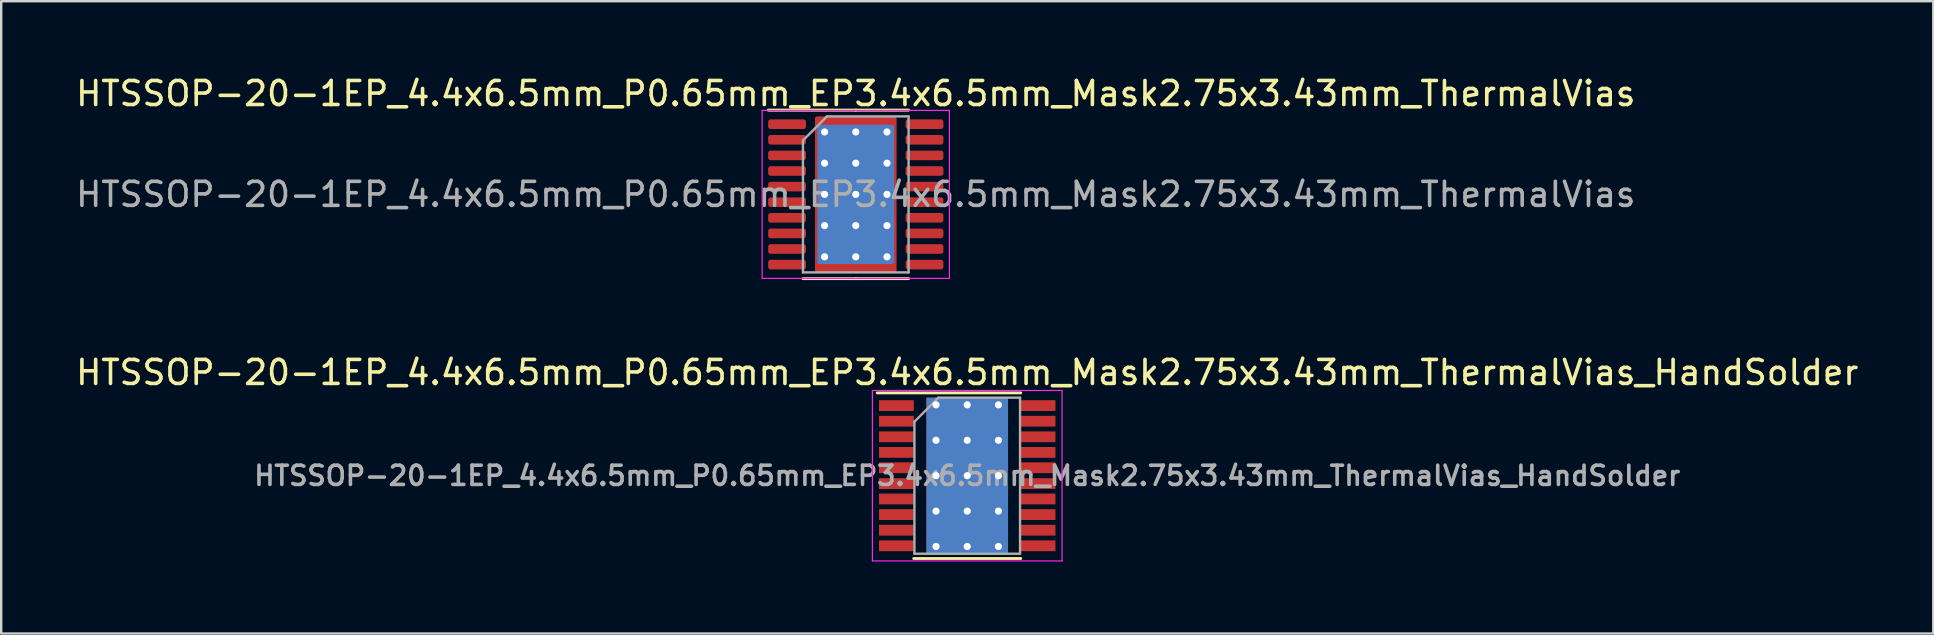
<source format=kicad_pcb>
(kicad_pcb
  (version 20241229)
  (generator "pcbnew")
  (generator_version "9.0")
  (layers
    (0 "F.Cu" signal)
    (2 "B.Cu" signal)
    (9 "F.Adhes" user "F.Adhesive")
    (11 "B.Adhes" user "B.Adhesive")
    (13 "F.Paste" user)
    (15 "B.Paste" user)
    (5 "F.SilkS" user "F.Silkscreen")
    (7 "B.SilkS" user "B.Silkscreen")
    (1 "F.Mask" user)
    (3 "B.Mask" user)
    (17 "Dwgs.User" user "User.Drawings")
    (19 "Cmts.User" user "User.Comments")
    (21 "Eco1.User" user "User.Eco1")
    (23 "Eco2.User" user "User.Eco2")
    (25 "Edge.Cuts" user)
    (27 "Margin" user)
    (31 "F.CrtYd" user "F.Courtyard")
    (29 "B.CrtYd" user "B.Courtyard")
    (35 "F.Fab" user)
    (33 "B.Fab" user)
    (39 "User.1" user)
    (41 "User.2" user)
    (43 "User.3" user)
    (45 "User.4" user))
  (footprint "HTSSOP-20-1EP_4.4x6.5mm_P0.65mm_EP3.4x6.5mm_Mask2.75x3.43mm_ThermalVias"
    (layer "F.Cu")
    (at 32.601 5.048)
    (property "Reference" "HTSSOP-20-1EP_4.4x6.5mm_P0.65mm_EP3.4x6.5mm_Mask2.75x3.43mm_ThermalVias" (at 0 -4.2 0) (layer "F.SilkS") (effects (font (size 1 1) (thickness 0.15))))
    (attr smd)
    (fp_line (start 0 -3.51) (end -3.65 -3.51) (stroke (width 0.12) (type solid)) (layer "F.SilkS"))
    (fp_line (start 0 -3.51) (end 2.2 -3.51) (stroke (width 0.12) (type solid)) (layer "F.SilkS"))
    (fp_line (start 0 3.51) (end -2.2 3.51) (stroke (width 0.12) (type solid)) (layer "F.SilkS"))
    (fp_line (start 0 3.51) (end 2.2 3.51) (stroke (width 0.12) (type solid)) (layer "F.SilkS"))
    (fp_line (start -3.9 -3.5) (end -3.9 3.5) (stroke (width 0.05) (type solid)) (layer "F.CrtYd"))
    (fp_line (start -3.9 3.5) (end 3.9 3.5) (stroke (width 0.05) (type solid)) (layer "F.CrtYd"))
    (fp_line (start 3.9 -3.5) (end -3.9 -3.5) (stroke (width 0.05) (type solid)) (layer "F.CrtYd"))
    (fp_line (start 3.9 3.5) (end 3.9 -3.5) (stroke (width 0.05) (type solid)) (layer "F.CrtYd"))
    (fp_line (start -2.2 -2.25) (end -1.2 -3.25) (stroke (width 0.1) (type solid)) (layer "F.Fab"))
    (fp_line (start -2.2 3.25) (end -2.2 -2.25) (stroke (width 0.1) (type solid)) (layer "F.Fab"))
    (fp_line (start -1.2 -3.25) (end 2.2 -3.25) (stroke (width 0.1) (type solid)) (layer "F.Fab"))
    (fp_line (start 2.2 -3.25) (end 2.2 3.25) (stroke (width 0.1) (type solid)) (layer "F.Fab"))
    (fp_line (start 2.2 3.25) (end -2.2 3.25) (stroke (width 0.1) (type solid)) (layer "F.Fab"))
    (fp_text user "${REFERENCE}" (at 0 0 0) (layer "F.Fab") (effects (font (size 1 1) (thickness 0.15))))
    (pad "" smd roundrect (at -0.69 -0.86) (size 1.11 1.38) (layers "F.Paste") (roundrect_rratio 0.225))
    (pad "" smd roundrect (at -0.69 0.86) (size 1.11 1.38) (layers "F.Paste") (roundrect_rratio 0.225))
    (pad "" smd roundrect (at 0 0) (size 2.75 3.43) (layers "F.Mask") (roundrect_rratio 0.036))
    (pad "" smd roundrect (at 0.69 -0.86) (size 1.11 1.38) (layers "F.Paste") (roundrect_rratio 0.225))
    (pad "" smd roundrect (at 0.69 0.86) (size 1.11 1.38) (layers "F.Paste") (roundrect_rratio 0.225))
    (pad "1" smd roundrect (at -2.862 -2.925) (size 1.575 0.4) (layers "F.Cu" "F.Mask" "F.Paste") (roundrect_rratio 0.25))
    (pad "2" smd roundrect (at -2.862 -2.275) (size 1.575 0.4) (layers "F.Cu" "F.Mask" "F.Paste") (roundrect_rratio 0.25))
    (pad "3" smd roundrect (at -2.862 -1.625) (size 1.575 0.4) (layers "F.Cu" "F.Mask" "F.Paste") (roundrect_rratio 0.25))
    (pad "4" smd roundrect (at -2.862 -0.975) (size 1.575 0.4) (layers "F.Cu" "F.Mask" "F.Paste") (roundrect_rratio 0.25))
    (pad "5" smd roundrect (at -2.862 -0.325) (size 1.575 0.4) (layers "F.Cu" "F.Mask" "F.Paste") (roundrect_rratio 0.25))
    (pad "6" smd roundrect (at -2.862 0.325) (size 1.575 0.4) (layers "F.Cu" "F.Mask" "F.Paste") (roundrect_rratio 0.25))
    (pad "7" smd roundrect (at -2.862 0.975) (size 1.575 0.4) (layers "F.Cu" "F.Mask" "F.Paste") (roundrect_rratio 0.25))
    (pad "8" smd roundrect (at -2.862 1.625) (size 1.575 0.4) (layers "F.Cu" "F.Mask" "F.Paste") (roundrect_rratio 0.25))
    (pad "9" smd roundrect (at -2.862 2.275) (size 1.575 0.4) (layers "F.Cu" "F.Mask" "F.Paste") (roundrect_rratio 0.25))
    (pad "10" smd roundrect (at -2.862 2.925) (size 1.575 0.4) (layers "F.Cu" "F.Mask" "F.Paste") (roundrect_rratio 0.25))
    (pad "11" smd roundrect (at 2.862 2.925) (size 1.575 0.4) (layers "F.Cu" "F.Mask" "F.Paste") (roundrect_rratio 0.25))
    (pad "12" smd roundrect (at 2.862 2.275) (size 1.575 0.4) (layers "F.Cu" "F.Mask" "F.Paste") (roundrect_rratio 0.25))
    (pad "13" smd roundrect (at 2.862 1.625) (size 1.575 0.4) (layers "F.Cu" "F.Mask" "F.Paste") (roundrect_rratio 0.25))
    (pad "14" smd roundrect (at 2.862 0.975) (size 1.575 0.4) (layers "F.Cu" "F.Mask" "F.Paste") (roundrect_rratio 0.25))
    (pad "15" smd roundrect (at 2.862 0.325) (size 1.575 0.4) (layers "F.Cu" "F.Mask" "F.Paste") (roundrect_rratio 0.25))
    (pad "16" smd roundrect (at 2.862 -0.325) (size 1.575 0.4) (layers "F.Cu" "F.Mask" "F.Paste") (roundrect_rratio 0.25))
    (pad "17" smd roundrect (at 2.862 -0.975) (size 1.575 0.4) (layers "F.Cu" "F.Mask" "F.Paste") (roundrect_rratio 0.25))
    (pad "18" smd roundrect (at 2.862 -1.625) (size 1.575 0.4) (layers "F.Cu" "F.Mask" "F.Paste") (roundrect_rratio 0.25))
    (pad "19" smd roundrect (at 2.862 -2.275) (size 1.575 0.4) (layers "F.Cu" "F.Mask" "F.Paste") (roundrect_rratio 0.25))
    (pad "20" smd roundrect (at 2.862 -2.925) (size 1.575 0.4) (layers "F.Cu" "F.Mask" "F.Paste") (roundrect_rratio 0.25))
    (pad "21" thru_hole circle (at -1.3 -2.6) (size 0.6 0.6) (drill 0.3) (layers "*.Cu"))
    (pad "21" thru_hole circle (at -1.3 -1.3) (size 0.6 0.6) (drill 0.3) (layers "*.Cu"))
    (pad "21" thru_hole circle (at -1.3 0) (size 0.6 0.6) (drill 0.3) (layers "*.Cu"))
    (pad "21" thru_hole circle (at -1.3 1.3) (size 0.6 0.6) (drill 0.3) (layers "*.Cu"))
    (pad "21" thru_hole circle (at -1.3 2.6) (size 0.6 0.6) (drill 0.3) (layers "*.Cu"))
    (pad "21" thru_hole circle (at 0 -2.6) (size 0.6 0.6) (drill 0.3) (layers "*.Cu"))
    (pad "21" thru_hole circle (at 0 -1.3) (size 0.6 0.6) (drill 0.3) (layers "*.Cu"))
    (pad "21" thru_hole circle (at 0 0) (size 0.6 0.6) (drill 0.3) (layers "*.Cu"))
    (pad "21" smd roundrect (at 0 0) (size 3.2 5.8) (layers "B.Cu") (roundrect_rratio 0.031))
    (pad "21" smd roundrect (at 0 0) (size 3.4 6.5) (layers "F.Cu") (roundrect_rratio 0.029))
    (pad "21" thru_hole circle (at 0 1.3) (size 0.6 0.6) (drill 0.3) (layers "*.Cu"))
    (pad "21" thru_hole circle (at 0 2.6) (size 0.6 0.6) (drill 0.3) (layers "*.Cu"))
    (pad "21" thru_hole circle (at 1.3 -2.6) (size 0.6 0.6) (drill 0.3) (layers "*.Cu"))
    (pad "21" thru_hole circle (at 1.3 -1.3) (size 0.6 0.6) (drill 0.3) (layers "*.Cu"))
    (pad "21" thru_hole circle (at 1.3 0) (size 0.6 0.6) (drill 0.3) (layers "*.Cu"))
    (pad "21" thru_hole circle (at 1.3 1.3) (size 0.6 0.6) (drill 0.3) (layers "*.Cu"))
    (pad "21" thru_hole circle (at 1.3 2.6) (size 0.6 0.6) (drill 0.3) (layers "*.Cu")))
  (footprint "HTSSOP-20-1EP_4.4x6.5mm_P0.65mm_EP3.4x6.5mm_Mask2.75x3.43mm_ThermalVias_HandSolder"
    (layer "F.Cu")
    (at 37.244 16.767)
    (property "Reference" "HTSSOP-20-1EP_4.4x6.5mm_P0.65mm_EP3.4x6.5mm_Mask2.75x3.43mm_ThermalVias_HandSolder" (at 0 -4.3 0) (layer "F.SilkS") (effects (font (size 1 1) (thickness 0.15))))
    (attr smd)
    (fp_line (start -3.75 -3.45) (end 2.23 -3.45) (stroke (width 0.12) (type solid)) (layer "F.SilkS"))
    (fp_line (start -2.23 3.45) (end 2.23 3.45) (stroke (width 0.12) (type solid)) (layer "F.SilkS"))
    (fp_line (start -3.95 -3.55) (end -3.95 3.55) (stroke (width 0.05) (type solid)) (layer "F.CrtYd"))
    (fp_line (start -3.95 -3.55) (end 3.95 -3.55) (stroke (width 0.05) (type solid)) (layer "F.CrtYd"))
    (fp_line (start -3.95 3.55) (end 3.95 3.55) (stroke (width 0.05) (type solid)) (layer "F.CrtYd"))
    (fp_line (start 3.95 -3.55) (end 3.95 3.55) (stroke (width 0.05) (type solid)) (layer "F.CrtYd"))
    (fp_line (start -2.2 -2.25) (end -1.2 -3.25) (stroke (width 0.1) (type solid)) (layer "F.Fab"))
    (fp_line (start -2.2 3.25) (end -2.2 -2.25) (stroke (width 0.1) (type solid)) (layer "F.Fab"))
    (fp_line (start -1.2 -3.25) (end 2.2 -3.25) (stroke (width 0.1) (type solid)) (layer "F.Fab"))
    (fp_line (start 2.2 -3.25) (end 2.2 3.25) (stroke (width 0.1) (type solid)) (layer "F.Fab"))
    (fp_line (start 2.2 3.25) (end -2.2 3.25) (stroke (width 0.1) (type solid)) (layer "F.Fab"))
    (fp_text user "${REFERENCE}" (at 0 0 0) (layer "F.Fab") (effects (font (size 0.8 0.8) (thickness 0.15))))
    (pad "" smd roundrect (at 0 0) (size 2.75 3.43) (layers "*.Mask" "F.Paste") (roundrect_rratio 0.05))
    (pad "1" smd rect (at -2.95 -2.92) (size 1.45 0.45) (layers "F.Cu" "F.Mask" "F.Paste"))
    (pad "2" smd rect (at -2.95 -2.27) (size 1.45 0.45) (layers "F.Cu" "F.Mask" "F.Paste"))
    (pad "3" smd rect (at -2.95 -1.62) (size 1.45 0.45) (layers "F.Cu" "F.Mask" "F.Paste"))
    (pad "4" smd rect (at -2.95 -0.97) (size 1.45 0.45) (layers "F.Cu" "F.Mask" "F.Paste"))
    (pad "5" smd rect (at -2.95 -0.33) (size 1.45 0.45) (layers "F.Cu" "F.Mask" "F.Paste"))
    (pad "6" smd rect (at -2.95 0.33) (size 1.45 0.45) (layers "F.Cu" "F.Mask" "F.Paste"))
    (pad "7" smd rect (at -2.95 0.97) (size 1.45 0.45) (layers "F.Cu" "F.Mask" "F.Paste"))
    (pad "8" smd rect (at -2.95 1.62) (size 1.45 0.45) (layers "F.Cu" "F.Mask" "F.Paste"))
    (pad "9" smd rect (at -2.95 2.27) (size 1.45 0.45) (layers "F.Cu" "F.Mask" "F.Paste"))
    (pad "10" smd rect (at -2.95 2.92) (size 1.45 0.45) (layers "F.Cu" "F.Mask" "F.Paste"))
    (pad "11" smd rect (at 2.95 2.92) (size 1.45 0.45) (layers "F.Cu" "F.Mask" "F.Paste"))
    (pad "12" smd rect (at 2.95 2.27) (size 1.45 0.45) (layers "F.Cu" "F.Mask" "F.Paste"))
    (pad "13" smd rect (at 2.95 1.62) (size 1.45 0.45) (layers "F.Cu" "F.Mask" "F.Paste"))
    (pad "14" smd rect (at 2.95 0.97) (size 1.45 0.45) (layers "F.Cu" "F.Mask" "F.Paste"))
    (pad "15" smd rect (at 2.95 0.33) (size 1.45 0.45) (layers "F.Cu" "F.Mask" "F.Paste"))
    (pad "16" smd rect (at 2.95 -0.33) (size 1.45 0.45) (layers "F.Cu" "F.Mask" "F.Paste"))
    (pad "17" smd rect (at 2.95 -0.97) (size 1.45 0.45) (layers "F.Cu" "F.Mask" "F.Paste"))
    (pad "18" smd rect (at 2.95 -1.62) (size 1.45 0.45) (layers "F.Cu" "F.Mask" "F.Paste"))
    (pad "19" smd rect (at 2.95 -2.27) (size 1.45 0.45) (layers "F.Cu" "F.Mask" "F.Paste"))
    (pad "20" smd rect (at 2.95 -2.92) (size 1.45 0.45) (layers "F.Cu" "F.Mask" "F.Paste"))
    (pad "21" thru_hole circle (at -1.3 -2.95) (size 0.6 0.6) (drill 0.3) (layers "*.Cu"))
    (pad "21" thru_hole circle (at -1.3 -1.475) (size 0.6 0.6) (drill 0.3) (layers "*.Cu"))
    (pad "21" thru_hole circle (at -1.3 0) (size 0.6 0.6) (drill 0.3) (layers "*.Cu"))
    (pad "21" thru_hole circle (at -1.3 1.475) (size 0.6 0.6) (drill 0.3) (layers "*.Cu"))
    (pad "21" thru_hole circle (at -1.3 2.95) (size 0.6 0.6) (drill 0.3) (layers "*.Cu"))
    (pad "21" thru_hole circle (at 0 -2.95) (size 0.6 0.6) (drill 0.3) (layers "*.Cu"))
    (pad "21" thru_hole circle (at 0 -1.475) (size 0.6 0.6) (drill 0.3) (layers "*.Cu"))
    (pad "21" thru_hole circle (at 0 0) (size 0.6 0.6) (drill 0.3) (layers "*.Cu"))
    (pad "21" smd rect (at 0 0) (size 3.4 6.5) (layers "F.Cu"))
    (pad "21" smd rect (at 0 0) (size 3.4 6.5) (layers "B.Cu"))
    (pad "21" thru_hole circle (at 0 1.475) (size 0.6 0.6) (drill 0.3) (layers "*.Cu"))
    (pad "21" thru_hole circle (at 0 2.95) (size 0.6 0.6) (drill 0.3) (layers "*.Cu"))
    (pad "21" thru_hole circle (at 1.3 -2.95) (size 0.6 0.6) (drill 0.3) (layers "*.Cu"))
    (pad "21" thru_hole circle (at 1.3 -1.475) (size 0.6 0.6) (drill 0.3) (layers "*.Cu"))
    (pad "21" thru_hole circle (at 1.3 0) (size 0.6 0.6) (drill 0.3) (layers "*.Cu"))
    (pad "21" thru_hole circle (at 1.3 1.475) (size 0.6 0.6) (drill 0.3) (layers "*.Cu"))
    (pad "21" thru_hole circle (at 1.3 2.95) (size 0.6 0.6) (drill 0.3) (layers "*.Cu")))
  (gr_rect
    (start -3 -3)
    (end 77.488 23.341)
    (stroke (width 0.1) (type default))
    (fill no)
    (layer "Edge.Cuts")))
</source>
